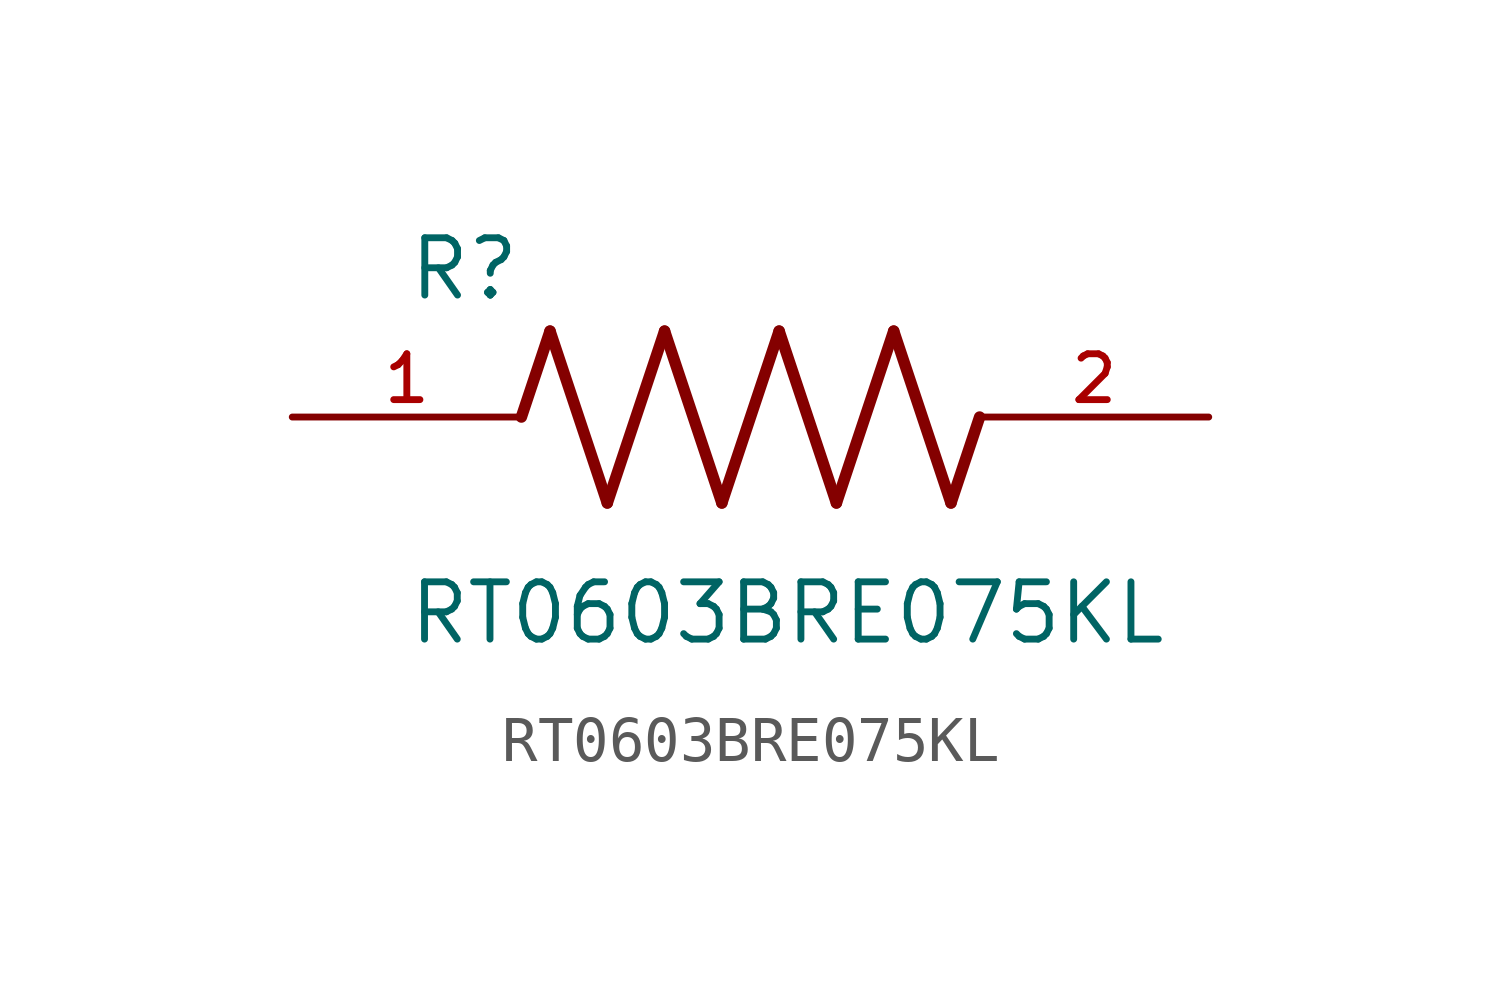
<source format=kicad_sym>
(kicad_symbol_lib
  (version 20211014)
  (generator kicad_symbol_editor)
  (symbol "RT0603BRE075KL"
    (pin_names
      (offset 1.016))
    (property "Reference" "R"
      (at -7.624 2.541 0)
      (effects (font (size 1.27 1.27)) (justify bottom left)))
    (property "Value" "RT0603BRE075KL"
      (at -7.63 -5.087 0)
      (effects (font (size 1.27 1.27)) (justify bottom left)))
    (symbol "RT0603BRE075KL_0_0"
      (polyline (pts (xy -5.08 0.0) (xy -4.445 1.905)) (stroke (width 0.254)))
      (polyline (pts (xy -4.445 1.905) (xy -3.175 -1.905)) (stroke (width 0.254)))
      (polyline (pts (xy -3.175 -1.905) (xy -1.905 1.905)) (stroke (width 0.254)))
      (polyline (pts (xy -1.905 1.905) (xy -0.635 -1.905)) (stroke (width 0.254)))
      (polyline (pts (xy -0.635 -1.905) (xy 0.635 1.905)) (stroke (width 0.254)))
      (polyline (pts (xy 0.635 1.905) (xy 1.905 -1.905)) (stroke (width 0.254)))
      (polyline (pts (xy 1.905 -1.905) (xy 3.175 1.905)) (stroke (width 0.254)))
      (polyline (pts (xy 3.175 1.905) (xy 4.445 -1.905)) (stroke (width 0.254)))
      (polyline (pts (xy 4.445 -1.905) (xy 5.08 0.0)) (stroke (width 0.254)))
      (pin passive line (at -10.16 0.0 0) (length 5.08) (name "~" (effects (font (size 1.016 1.016)))) (number "1" (effects (font (size 1.016 1.016)))))
      (pin passive line (at 10.16 0.0 180.0) (length 5.08) (name "~" (effects (font (size 1.016 1.016)))) (number "2" (effects (font (size 1.016 1.016))))))))
</source>
